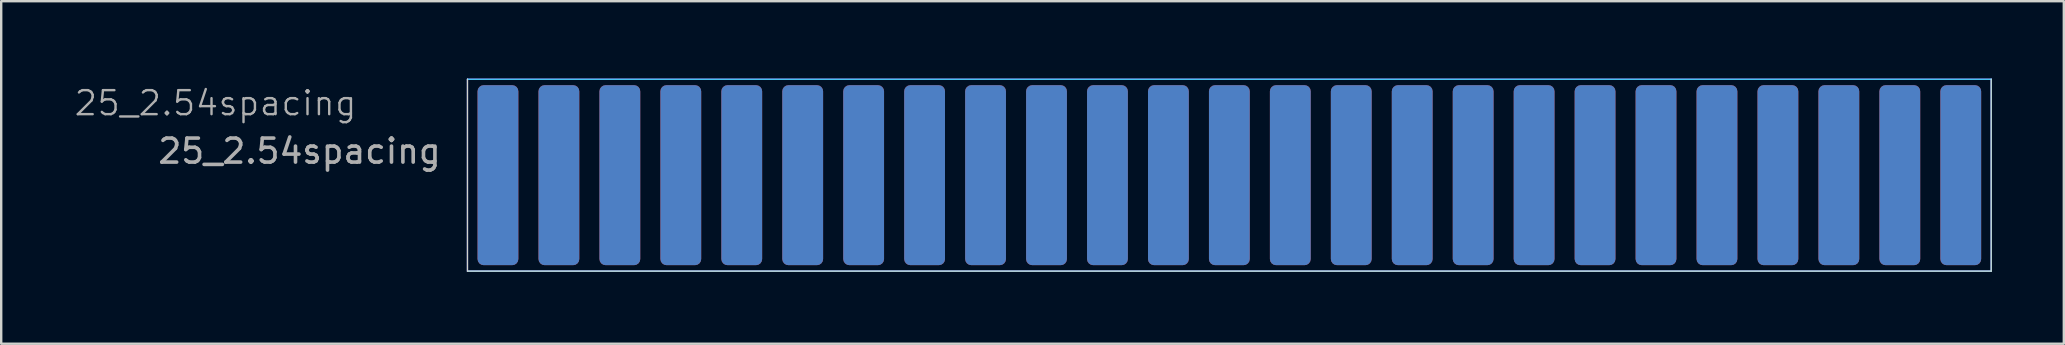
<source format=kicad_pcb>
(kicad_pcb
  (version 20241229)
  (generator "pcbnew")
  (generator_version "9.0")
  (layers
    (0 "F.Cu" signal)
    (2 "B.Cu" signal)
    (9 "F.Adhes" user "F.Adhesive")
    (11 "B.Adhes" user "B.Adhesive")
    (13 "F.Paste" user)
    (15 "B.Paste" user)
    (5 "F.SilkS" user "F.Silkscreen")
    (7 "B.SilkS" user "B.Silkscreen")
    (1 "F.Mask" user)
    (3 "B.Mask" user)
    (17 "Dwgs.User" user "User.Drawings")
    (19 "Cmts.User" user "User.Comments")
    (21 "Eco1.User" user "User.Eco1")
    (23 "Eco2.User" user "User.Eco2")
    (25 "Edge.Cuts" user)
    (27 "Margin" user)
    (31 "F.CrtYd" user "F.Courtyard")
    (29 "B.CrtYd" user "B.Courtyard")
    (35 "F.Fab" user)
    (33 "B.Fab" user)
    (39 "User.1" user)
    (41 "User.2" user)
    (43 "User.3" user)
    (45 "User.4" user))
  (footprint "25_2.54spacing"
    (layer "F.Cu")
    (at 16.431 0.25)
    (property "Reference" "25_2.54spacing" (at -10.5 1 0) (unlocked yes) (layer "F.Fab") (effects (font (size 1 1) (thickness 0.1))))
    (attr smd)
    (fp_line (start 0 0) (end 0 8) (stroke (width 0.05) (type default)) (layer "Edge.Cuts"))
    (fp_line (start 0 8) (end 63.5 8) (stroke (width 0.05) (type default)) (layer "Edge.Cuts"))
    (fp_line (start 63.5 0) (end 63.5 8) (stroke (width 0.05) (type default)) (layer "Edge.Cuts"))
    (fp_line (start 0 0) (end 63.5 0) (stroke (width 0.05) (type default)) (layer "B.CrtYd"))
    (fp_line (start 0 8) (end 0 0) (stroke (width 0.05) (type default)) (layer "B.CrtYd"))
    (fp_line (start 63.5 0) (end 63.5 8) (stroke (width 0.05) (type default)) (layer "B.CrtYd"))
    (fp_line (start 63.5 8) (end 0 8) (stroke (width 0.05) (type default)) (layer "B.CrtYd"))
    (fp_line (start 0 0) (end 0 8) (stroke (width 0.05) (type default)) (layer "F.CrtYd"))
    (fp_line (start 0 8) (end 63.5 8) (stroke (width 0.05) (type default)) (layer "F.CrtYd"))
    (fp_line (start 63.5 0) (end 0 0) (stroke (width 0.05) (type default)) (layer "F.CrtYd"))
    (fp_line (start 63.5 8) (end 63.5 0) (stroke (width 0.05) (type default)) (layer "F.CrtYd"))
    (fp_text user "${REFERENCE}" (at -7 3 0) (unlocked yes) (layer "F.Fab") (effects (font (size 1 1) (thickness 0.15))))
    (pad "1" connect roundrect (at 1.27 4) (size 1.7 7.5) (layers "F.Cu" "F.Mask") (roundrect_rratio 0.15))
    (pad "2" connect roundrect (at 3.81 4) (size 1.7 7.5) (layers "F.Cu" "F.Mask") (roundrect_rratio 0.15))
    (pad "3" connect roundrect (at 6.35 4) (size 1.7 7.5) (layers "F.Cu" "F.Mask") (roundrect_rratio 0.15))
    (pad "4" connect roundrect (at 8.89 4) (size 1.7 7.5) (layers "F.Cu" "F.Mask") (roundrect_rratio 0.15))
    (pad "5" connect roundrect (at 11.43 4) (size 1.7 7.5) (layers "F.Cu" "F.Mask") (roundrect_rratio 0.15))
    (pad "6" connect roundrect (at 13.97 4) (size 1.7 7.5) (layers "F.Cu" "F.Mask") (roundrect_rratio 0.15))
    (pad "7" connect roundrect (at 16.51 4) (size 1.7 7.5) (layers "F.Cu" "F.Mask") (roundrect_rratio 0.15))
    (pad "8" connect roundrect (at 19.05 4) (size 1.7 7.5) (layers "F.Cu" "F.Mask") (roundrect_rratio 0.15))
    (pad "9" connect roundrect (at 21.59 4) (size 1.7 7.5) (layers "F.Cu" "F.Mask") (roundrect_rratio 0.15))
    (pad "10" connect roundrect (at 24.13 4) (size 1.7 7.5) (layers "F.Cu" "F.Mask") (roundrect_rratio 0.15))
    (pad "11" connect roundrect (at 26.67 4) (size 1.7 7.5) (layers "F.Cu" "F.Mask") (roundrect_rratio 0.15))
    (pad "12" connect roundrect (at 29.21 4) (size 1.7 7.5) (layers "F.Cu" "F.Mask") (roundrect_rratio 0.15))
    (pad "13" connect roundrect (at 31.75 4) (size 1.7 7.5) (layers "F.Cu" "F.Mask") (roundrect_rratio 0.15))
    (pad "14" connect roundrect (at 34.29 4) (size 1.7 7.5) (layers "F.Cu" "F.Mask") (roundrect_rratio 0.15))
    (pad "15" connect roundrect (at 36.83 4) (size 1.7 7.5) (layers "F.Cu" "F.Mask") (roundrect_rratio 0.15))
    (pad "16" connect roundrect (at 39.37 4) (size 1.7 7.5) (layers "F.Cu" "F.Mask") (roundrect_rratio 0.15))
    (pad "17" connect roundrect (at 41.91 4) (size 1.7 7.5) (layers "F.Cu" "F.Mask") (roundrect_rratio 0.15))
    (pad "18" connect roundrect (at 44.45 4) (size 1.7 7.5) (layers "F.Cu" "F.Mask") (roundrect_rratio 0.15))
    (pad "19" connect roundrect (at 46.99 4) (size 1.7 7.5) (layers "F.Cu" "F.Mask") (roundrect_rratio 0.15))
    (pad "20" connect roundrect (at 49.53 4) (size 1.7 7.5) (layers "F.Cu" "F.Mask") (roundrect_rratio 0.15))
    (pad "21" connect roundrect (at 52.07 4) (size 1.7 7.5) (layers "F.Cu" "F.Mask") (roundrect_rratio 0.15))
    (pad "22" connect roundrect (at 54.61 4) (size 1.7 7.5) (layers "F.Cu" "F.Mask") (roundrect_rratio 0.15))
    (pad "23" connect roundrect (at 57.15 4) (size 1.7 7.5) (layers "F.Cu" "F.Mask") (roundrect_rratio 0.15))
    (pad "24" connect roundrect (at 59.69 4) (size 1.7 7.5) (layers "F.Cu" "F.Mask") (roundrect_rratio 0.15))
    (pad "25" connect roundrect (at 62.23 4) (size 1.7 7.5) (layers "F.Cu" "F.Mask") (roundrect_rratio 0.15))
    (pad "26" connect roundrect (at 62.23 4) (size 1.7 7.5) (layers "B.Cu" "B.Mask") (roundrect_rratio 0.15))
    (pad "27" connect roundrect (at 59.69 4) (size 1.7 7.5) (layers "B.Cu" "B.Mask") (roundrect_rratio 0.15))
    (pad "28" connect roundrect (at 57.15 4) (size 1.7 7.5) (layers "B.Cu" "B.Mask") (roundrect_rratio 0.15))
    (pad "29" connect roundrect (at 54.61 4) (size 1.7 7.5) (layers "B.Cu" "B.Mask") (roundrect_rratio 0.15))
    (pad "30" connect roundrect (at 52.07 4) (size 1.7 7.5) (layers "B.Cu" "B.Mask") (roundrect_rratio 0.15))
    (pad "31" connect roundrect (at 49.53 4) (size 1.7 7.5) (layers "B.Cu" "B.Mask") (roundrect_rratio 0.15))
    (pad "32" connect roundrect (at 46.99 4) (size 1.7 7.5) (layers "B.Cu" "B.Mask") (roundrect_rratio 0.15))
    (pad "33" connect roundrect (at 44.45 4) (size 1.7 7.5) (layers "B.Cu" "B.Mask") (roundrect_rratio 0.15))
    (pad "34" connect roundrect (at 41.91 4) (size 1.7 7.5) (layers "B.Cu" "B.Mask") (roundrect_rratio 0.15))
    (pad "35" connect roundrect (at 39.37 4) (size 1.7 7.5) (layers "B.Cu" "B.Mask") (roundrect_rratio 0.15))
    (pad "36" connect roundrect (at 36.83 4) (size 1.7 7.5) (layers "B.Cu" "B.Mask") (roundrect_rratio 0.15))
    (pad "37" connect roundrect (at 34.29 4) (size 1.7 7.5) (layers "B.Cu" "B.Mask") (roundrect_rratio 0.15))
    (pad "38" connect roundrect (at 31.75 4) (size 1.7 7.5) (layers "B.Cu" "B.Mask") (roundrect_rratio 0.15))
    (pad "39" connect roundrect (at 29.21 4) (size 1.7 7.5) (layers "B.Cu" "B.Mask") (roundrect_rratio 0.15))
    (pad "40" connect roundrect (at 26.67 4) (size 1.7 7.5) (layers "B.Cu" "B.Mask") (roundrect_rratio 0.15))
    (pad "41" connect roundrect (at 24.13 4) (size 1.7 7.5) (layers "B.Cu" "B.Mask") (roundrect_rratio 0.15))
    (pad "42" connect roundrect (at 21.59 4) (size 1.7 7.5) (layers "B.Cu" "B.Mask") (roundrect_rratio 0.15))
    (pad "43" connect roundrect (at 19.05 4) (size 1.7 7.5) (layers "B.Cu" "B.Mask") (roundrect_rratio 0.15))
    (pad "44" connect roundrect (at 16.51 4) (size 1.7 7.5) (layers "B.Cu" "B.Mask") (roundrect_rratio 0.15))
    (pad "45" connect roundrect (at 13.97 4) (size 1.7 7.5) (layers "B.Cu" "B.Mask") (roundrect_rratio 0.15))
    (pad "46" connect roundrect (at 11.43 4) (size 1.7 7.5) (layers "B.Cu" "B.Mask") (roundrect_rratio 0.15))
    (pad "47" connect roundrect (at 8.89 4) (size 1.7 7.5) (layers "B.Cu" "B.Mask") (roundrect_rratio 0.15))
    (pad "48" connect roundrect (at 6.35 4) (size 1.7 7.5) (layers "B.Cu" "B.Mask") (roundrect_rratio 0.15))
    (pad "49" connect roundrect (at 3.81 4) (size 1.7 7.5) (layers "B.Cu" "B.Mask") (roundrect_rratio 0.15))
    (pad "50" connect roundrect (at 1.27 4) (size 1.7 7.5) (layers "B.Cu" "B.Mask") (roundrect_rratio 0.15)))
  (gr_rect
    (start -3 -3)
    (end 82.956 11.275)
    (stroke (width 0.1) (type default))
    (fill no)
    (layer "Edge.Cuts")))
</source>
